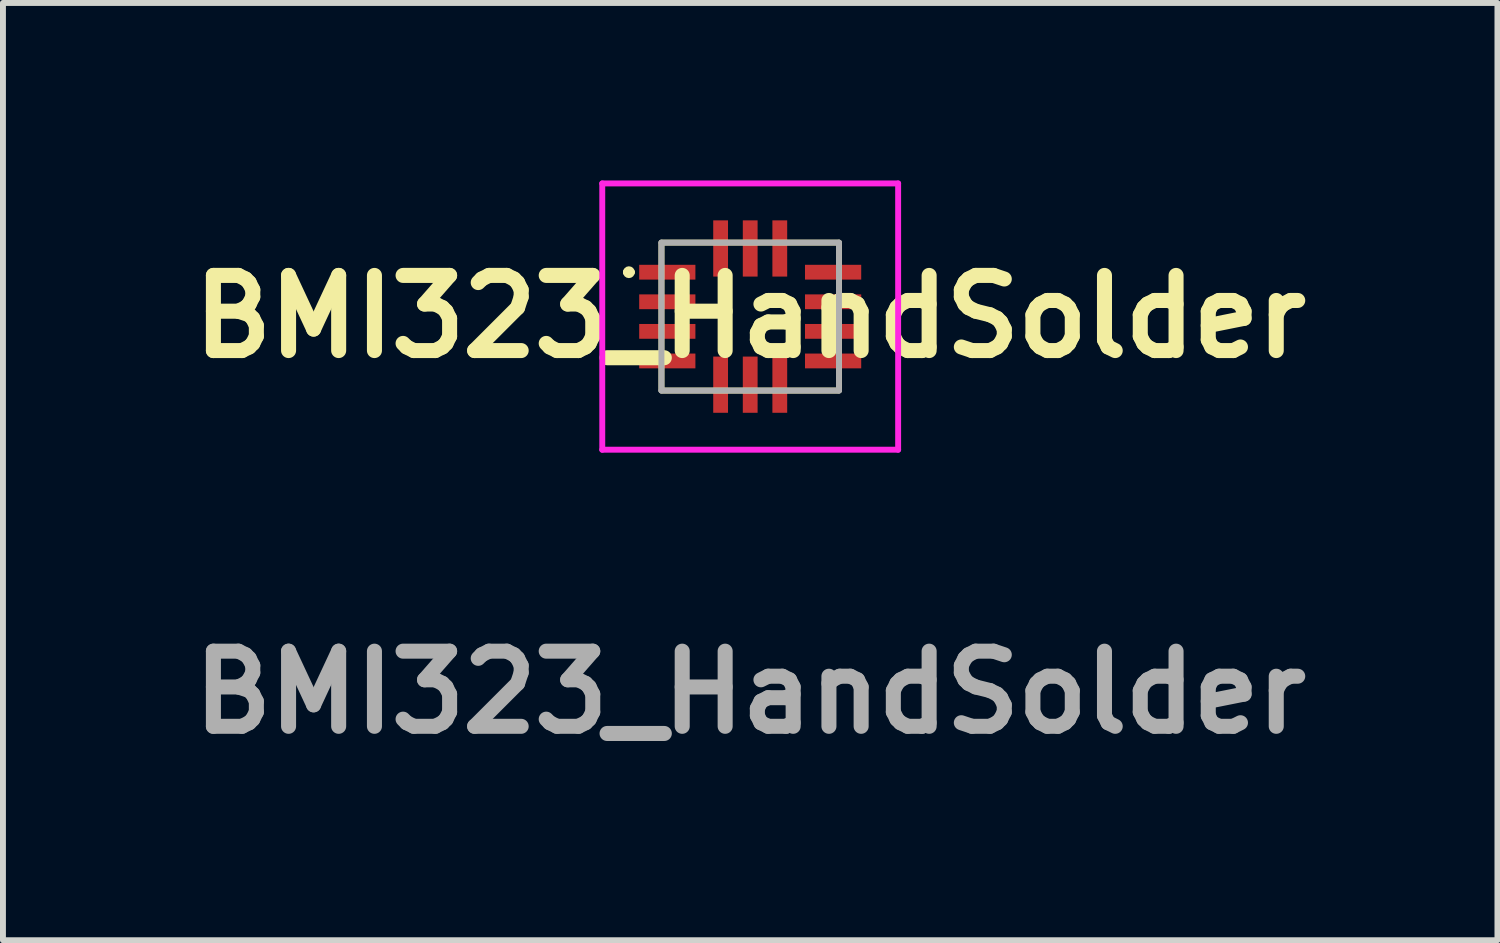
<source format=kicad_pcb>
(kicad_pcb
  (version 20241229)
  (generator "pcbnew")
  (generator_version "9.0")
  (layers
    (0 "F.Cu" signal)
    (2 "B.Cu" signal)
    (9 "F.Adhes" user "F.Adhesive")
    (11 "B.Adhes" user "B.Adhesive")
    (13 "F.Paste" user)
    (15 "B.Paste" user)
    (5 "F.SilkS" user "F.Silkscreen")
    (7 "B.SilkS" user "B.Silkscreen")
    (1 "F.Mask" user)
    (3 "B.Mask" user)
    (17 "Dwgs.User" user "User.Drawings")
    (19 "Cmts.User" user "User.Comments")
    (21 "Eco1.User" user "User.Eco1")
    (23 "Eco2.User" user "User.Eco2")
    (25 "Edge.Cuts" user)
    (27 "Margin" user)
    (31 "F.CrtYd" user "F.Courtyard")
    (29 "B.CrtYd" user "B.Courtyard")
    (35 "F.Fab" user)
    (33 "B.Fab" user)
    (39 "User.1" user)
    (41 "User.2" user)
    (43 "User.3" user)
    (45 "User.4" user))
  (footprint "BMI323_HandSolder"
    (layer "F.Cu")
    (at 9.628 2.3)
    (property "Reference" "BMI323_HandSolder" (at 0 0 0) (layer "F.SilkS") (effects (font (size 1.27 1.27) (thickness 0.254))))
    (attr smd)
    (fp_line (start -2.1 -0.75) (end -2.1 -0.75) (stroke (width 0.1) (type solid)) (layer "F.SilkS"))
    (fp_line (start -2 -0.75) (end -2 -0.75) (stroke (width 0.1) (type solid)) (layer "F.SilkS"))
    (fp_rect (start -1.5 -1.25) (end 1.5 1.25) (stroke (width 0.1) (type default)) (fill no) (layer "F.SilkS"))
    (fp_arc (start -2.1 -0.75) (mid -2.05 -0.8) (end -2 -0.75) (stroke (width 0.1) (type solid)) (layer "F.SilkS"))
    (fp_arc (start -2 -0.75) (mid -2.05 -0.7) (end -2.1 -0.75) (stroke (width 0.1) (type solid)) (layer "F.SilkS"))
    (fp_line (start -2.5 -2.25) (end 2.5 -2.25) (stroke (width 0.1) (type solid)) (layer "F.CrtYd"))
    (fp_line (start -2.5 2.25) (end -2.5 -2.25) (stroke (width 0.1) (type solid)) (layer "F.CrtYd"))
    (fp_line (start 2.5 -2.25) (end 2.5 2.25) (stroke (width 0.1) (type solid)) (layer "F.CrtYd"))
    (fp_line (start 2.5 2.25) (end -2.5 2.25) (stroke (width 0.1) (type solid)) (layer "F.CrtYd"))
    (fp_line (start -1.5 -1.25) (end 1.5 -1.25) (stroke (width 0.1) (type solid)) (layer "F.Fab"))
    (fp_line (start -1.5 1.25) (end -1.5 -1.25) (stroke (width 0.1) (type solid)) (layer "F.Fab"))
    (fp_line (start 1.5 -1.25) (end 1.5 1.25) (stroke (width 0.1) (type solid)) (layer "F.Fab"))
    (fp_line (start 1.5 1.25) (end -1.5 1.25) (stroke (width 0.1) (type solid)) (layer "F.Fab"))
    (fp_text user "${REFERENCE}" (at 0 6.35 0) (layer "F.Fab") (effects (font (size 1.27 1.27) (thickness 0.254))))
    (pad "1" smd rect (at -1.401 -0.75 90) (size 0.25 0.95) (layers "F.Cu" "F.Mask" "F.Paste"))
    (pad "2" smd rect (at -1.401 -0.25 90) (size 0.25 0.95) (layers "F.Cu" "F.Mask" "F.Paste"))
    (pad "3" smd rect (at -1.401 0.25 90) (size 0.25 0.95) (layers "F.Cu" "F.Mask" "F.Paste"))
    (pad "4" smd rect (at -1.401 0.75 90) (size 0.25 0.95) (layers "F.Cu" "F.Mask" "F.Paste"))
    (pad "5" smd rect (at -0.5 1.151) (size 0.25 0.95) (layers "F.Cu" "F.Mask" "F.Paste"))
    (pad "6" smd rect (at 0 1.151) (size 0.25 0.95) (layers "F.Cu" "F.Mask" "F.Paste"))
    (pad "7" smd rect (at 0.5 1.151) (size 0.25 0.95) (layers "F.Cu" "F.Mask" "F.Paste"))
    (pad "8" smd rect (at 1.401 0.75 90) (size 0.25 0.95) (layers "F.Cu" "F.Mask" "F.Paste"))
    (pad "9" smd rect (at 1.401 0.25 90) (size 0.25 0.95) (layers "F.Cu" "F.Mask" "F.Paste"))
    (pad "10" smd rect (at 1.401 -0.25 90) (size 0.25 0.95) (layers "F.Cu" "F.Mask" "F.Paste"))
    (pad "11" smd rect (at 1.401 -0.75 90) (size 0.25 0.95) (layers "F.Cu" "F.Mask" "F.Paste"))
    (pad "12" smd rect (at 0.5 -1.151) (size 0.25 0.95) (layers "F.Cu" "F.Mask" "F.Paste"))
    (pad "13" smd rect (at 0 -1.151) (size 0.25 0.95) (layers "F.Cu" "F.Mask" "F.Paste"))
    (pad "14" smd rect (at -0.5 -1.151) (size 0.25 0.95) (layers "F.Cu" "F.Mask" "F.Paste")))
  (gr_rect
    (start -3 -3)
    (end 22.256 12.839)
    (stroke (width 0.1) (type default))
    (fill no)
    (layer "Edge.Cuts")))
</source>
